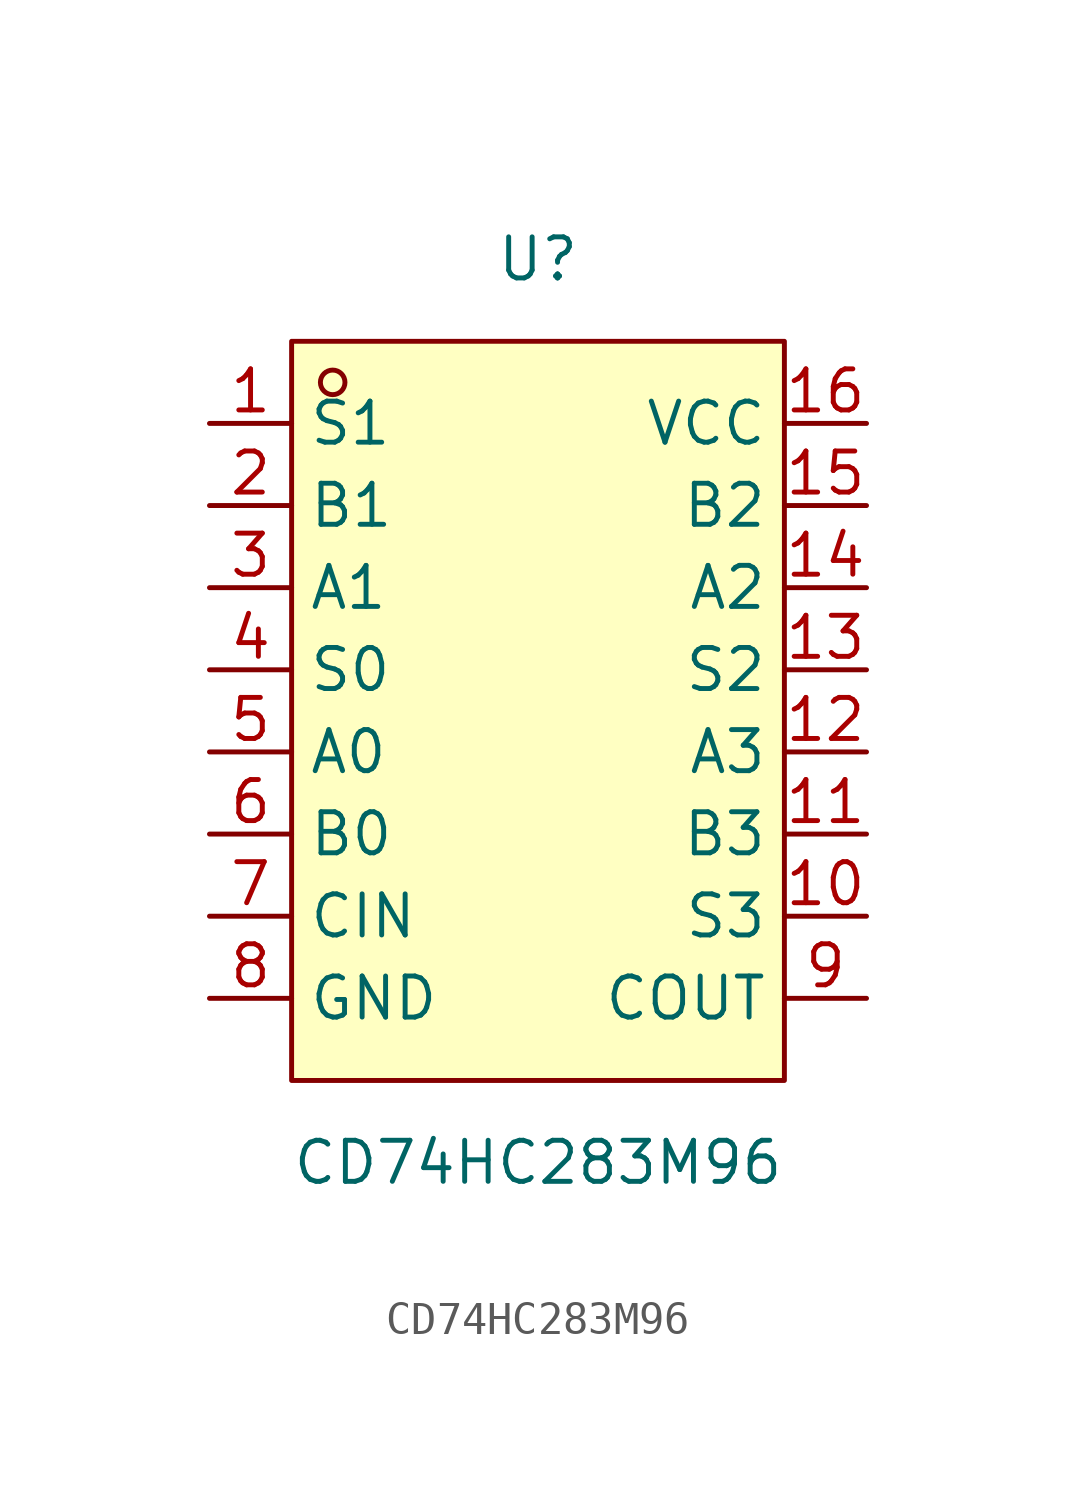
<source format=kicad_sym>
(kicad_symbol_lib
  (version 20211014)
  (generator https://github.com/uPesy/easyeda2kicad.py)
  (symbol "CD74HC283M96"
    (property "Reference" "U"
      (at 0 13.97 0)
      (effects (font (size 1.27 1.27))))
    (property "Value" "CD74HC283M96"
      (at 0 -13.97 0)
      (effects (font (size 1.27 1.27))))
    (symbol "CD74HC283M96_0_1"
      (rectangle (start -7.62 11.43) (end 7.62 -11.43) (stroke (width 0) (type default) (color 0 0 0 0)) (fill (type background)))
      (circle (center -6.35 10.16) (radius 0.38) (stroke (width 0) (type default) (color 0 0 0 0)) (fill (type none)))
      (pin unspecified line (at -10.16 8.89 0) (length 2.54) (name "S1" (effects (font (size 1.27 1.27)))) (number "1" (effects (font (size 1.27 1.27)))))
      (pin unspecified line (at -10.16 6.35 0) (length 2.54) (name "B1" (effects (font (size 1.27 1.27)))) (number "2" (effects (font (size 1.27 1.27)))))
      (pin unspecified line (at -10.16 3.81 0) (length 2.54) (name "A1" (effects (font (size 1.27 1.27)))) (number "3" (effects (font (size 1.27 1.27)))))
      (pin unspecified line (at -10.16 1.27 0) (length 2.54) (name "S0" (effects (font (size 1.27 1.27)))) (number "4" (effects (font (size 1.27 1.27)))))
      (pin unspecified line (at -10.16 -1.27 0) (length 2.54) (name "A0" (effects (font (size 1.27 1.27)))) (number "5" (effects (font (size 1.27 1.27)))))
      (pin unspecified line (at -10.16 -3.81 0) (length 2.54) (name "B0" (effects (font (size 1.27 1.27)))) (number "6" (effects (font (size 1.27 1.27)))))
      (pin unspecified line (at -10.16 -6.35 0) (length 2.54) (name "CIN" (effects (font (size 1.27 1.27)))) (number "7" (effects (font (size 1.27 1.27)))))
      (pin unspecified line (at -10.16 -8.89 0) (length 2.54) (name "GND" (effects (font (size 1.27 1.27)))) (number "8" (effects (font (size 1.27 1.27)))))
      (pin unspecified line (at 10.16 -8.89 180) (length 2.54) (name "COUT" (effects (font (size 1.27 1.27)))) (number "9" (effects (font (size 1.27 1.27)))))
      (pin unspecified line (at 10.16 -6.35 180) (length 2.54) (name "S3" (effects (font (size 1.27 1.27)))) (number "10" (effects (font (size 1.27 1.27)))))
      (pin unspecified line (at 10.16 -3.81 180) (length 2.54) (name "B3" (effects (font (size 1.27 1.27)))) (number "11" (effects (font (size 1.27 1.27)))))
      (pin unspecified line (at 10.16 -1.27 180) (length 2.54) (name "A3" (effects (font (size 1.27 1.27)))) (number "12" (effects (font (size 1.27 1.27)))))
      (pin unspecified line (at 10.16 1.27 180) (length 2.54) (name "S2" (effects (font (size 1.27 1.27)))) (number "13" (effects (font (size 1.27 1.27)))))
      (pin unspecified line (at 10.16 3.81 180) (length 2.54) (name "A2" (effects (font (size 1.27 1.27)))) (number "14" (effects (font (size 1.27 1.27)))))
      (pin unspecified line (at 10.16 6.35 180) (length 2.54) (name "B2" (effects (font (size 1.27 1.27)))) (number "15" (effects (font (size 1.27 1.27)))))
      (pin unspecified line (at 10.16 8.89 180) (length 2.54) (name "VCC" (effects (font (size 1.27 1.27)))) (number "16" (effects (font (size 1.27 1.27))))))))
</source>
